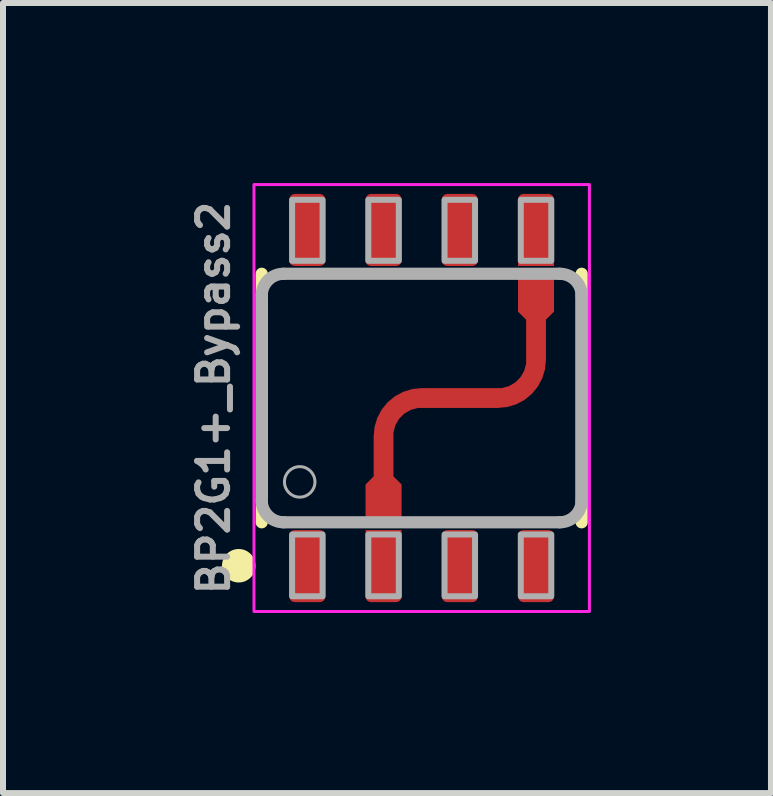
<source format=kicad_pcb>
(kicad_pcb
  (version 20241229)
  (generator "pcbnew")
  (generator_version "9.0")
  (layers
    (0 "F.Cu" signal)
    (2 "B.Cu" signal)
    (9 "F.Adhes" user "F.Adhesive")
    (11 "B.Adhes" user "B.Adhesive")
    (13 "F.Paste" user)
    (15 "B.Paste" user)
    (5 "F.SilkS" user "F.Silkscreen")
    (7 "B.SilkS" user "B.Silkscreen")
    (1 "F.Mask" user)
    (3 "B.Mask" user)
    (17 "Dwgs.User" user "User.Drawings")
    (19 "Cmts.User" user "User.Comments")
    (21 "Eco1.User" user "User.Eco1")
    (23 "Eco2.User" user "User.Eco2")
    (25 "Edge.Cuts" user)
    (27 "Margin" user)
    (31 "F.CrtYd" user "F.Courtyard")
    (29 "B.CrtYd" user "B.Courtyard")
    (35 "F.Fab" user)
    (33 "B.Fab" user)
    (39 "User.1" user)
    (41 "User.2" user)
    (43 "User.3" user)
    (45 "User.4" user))
  (footprint "BP2G1+_Bypass2"
    (layer "F.Cu")
    (at 3.975 3.581)
    (property "Reference" "BP2G1+_Bypass2" (at -3.175 0 90) (layer "F.Fab") (effects (font (size 0.5 0.5) (thickness 0.1) (bold yes)) (justify bottom)))
    (attr smd allow_soldermask_bridges)
    (fp_rect (start -0.965 1.362) (end -0.305 3.454) (stroke (width 0.1) (type solid)) (fill yes) (layer "F.Mask"))
    (fp_rect (start 2.24 -3.45) (end 1.58 -1.354) (stroke (width 0.1) (type solid)) (fill yes) (layer "F.Mask"))
    (fp_line (start -2.665 2.07) (end -2.665 -2.07) (stroke (width 0.203) (type solid)) (layer "F.SilkS"))
    (fp_line (start 2.665 2.07) (end 2.665 -2.07) (stroke (width 0.203) (type solid)) (layer "F.SilkS"))
    (fp_circle (center -3.048 2.794) (end -2.794 2.794) (stroke (width 0.05) (type solid)) (fill yes) (layer "F.SilkS"))
    (fp_poly (pts (xy -0.935 3.4) (xy -0.335 3.4) (xy -0.335 2.4) (xy -0.935 2.4)) (stroke (width 0) (type default)) (fill yes) (layer "F.Paste"))
    (fp_poly (pts (xy 1.605 -2.4) (xy 2.205 -2.4) (xy 2.205 -3.4) (xy 1.605 -3.4)) (stroke (width 0) (type default)) (fill yes) (layer "F.Paste"))
    (fp_rect (start -2.794 -3.556) (end 2.794 3.556) (stroke (width 0.05) (type default)) (fill no) (layer "F.CrtYd"))
    (fp_line (start -2.665 1.705) (end -2.665 -1.705) (stroke (width 0.203) (type solid)) (layer "F.Fab"))
    (fp_line (start -2.3 2.07) (end 2.3 2.07) (stroke (width 0.203) (type solid)) (layer "F.Fab"))
    (fp_line (start 2.3 -2.07) (end -2.3 -2.07) (stroke (width 0.203) (type solid)) (layer "F.Fab"))
    (fp_line (start 2.665 1.705) (end 2.665 -1.705) (stroke (width 0.203) (type solid)) (layer "F.Fab"))
    (fp_arc (start -2.665 -1.705) (mid -2.558115 -1.963117) (end -2.299998 -2.07) (stroke (width 0.2032) (type solid)) (layer "F.Fab"))
    (fp_arc (start -2.299999 2.07) (mid -2.55815 1.96315) (end -2.665 1.705) (stroke (width 0.2032) (type solid)) (layer "F.Fab"))
    (fp_arc (start 2.3 -2.07) (mid 2.558123 -1.963121) (end 2.665 -1.704998) (stroke (width 0.2032) (type solid)) (layer "F.Fab"))
    (fp_arc (start 2.665 1.705) (mid 2.558094 1.963094) (end 2.3 2.07) (stroke (width 0.2032) (type solid)) (layer "F.Fab"))
    (fp_circle (center -2.032 1.397) (end -1.778 1.397) (stroke (width 0.05) (type solid)) (fill no) (layer "F.Fab"))
    (fp_poly (pts (xy -2.159 -2.286) (xy -1.651 -2.286) (xy -1.651 -3.302) (xy -2.159 -3.302)) (stroke (width 0.1) (type default)) (fill no) (layer "F.Fab"))
    (fp_poly (pts (xy -2.159 3.302) (xy -1.651 3.302) (xy -1.651 2.273) (xy -2.159 2.273)) (stroke (width 0.1) (type default)) (fill no) (layer "F.Fab"))
    (fp_poly (pts (xy -0.889 -2.286) (xy -0.381 -2.286) (xy -0.381 -3.302) (xy -0.889 -3.302)) (stroke (width 0.1) (type default)) (fill no) (layer "F.Fab"))
    (fp_poly (pts (xy -0.889 3.302) (xy -0.381 3.302) (xy -0.381 2.273) (xy -0.889 2.273)) (stroke (width 0.1) (type default)) (fill no) (layer "F.Fab"))
    (fp_poly (pts (xy 0.381 -2.286) (xy 0.889 -2.286) (xy 0.889 -3.302) (xy 0.381 -3.302)) (stroke (width 0.1) (type default)) (fill no) (layer "F.Fab"))
    (fp_poly (pts (xy 0.381 3.302) (xy 0.889 3.302) (xy 0.889 2.273) (xy 0.381 2.273)) (stroke (width 0.1) (type default)) (fill no) (layer "F.Fab"))
    (fp_poly (pts (xy 1.651 -2.286) (xy 2.159 -2.286) (xy 2.159 -3.302) (xy 1.651 -3.302)) (stroke (width 0.1) (type default)) (fill no) (layer "F.Fab"))
    (fp_poly (pts (xy 1.651 3.302) (xy 2.159 3.302) (xy 2.159 2.273) (xy 1.651 2.273)) (stroke (width 0.1) (type default)) (fill no) (layer "F.Fab"))
    (pad "1" smd roundrect (at -1.905 2.8) (size 0.6 1.2) (layers "F.Cu" "F.Mask" "F.Paste") (roundrect_rratio 0.15))
    (pad "2" smd roundrect (at -0.635 2.8) (size 0.6 1.2) (layers "F.Cu") (roundrect_rratio 0.15) (chamfer_ratio 0) (chamfer top_left top_right))
    (pad "3" smd roundrect (at 0.635 2.8) (size 0.6 1.2) (layers "F.Cu" "F.Mask" "F.Paste") (roundrect_rratio 0.15))
    (pad "4" smd roundrect (at 1.905 2.8) (size 0.6 1.2) (layers "F.Cu" "F.Mask" "F.Paste") (roundrect_rratio 0.15))
    (pad "5" smd roundrect (at 1.905 -2.8) (size 0.6 1.2) (layers "F.Cu") (roundrect_rratio 0.15) (chamfer_ratio 0) (chamfer bottom_left bottom_right))
    (pad "6" smd roundrect (at 0.635 -2.8) (size 0.6 1.2) (layers "F.Cu" "F.Mask" "F.Paste") (roundrect_rratio 0.15))
    (pad "7" smd roundrect (at -0.635 -2.8) (size 0.6 1.2) (layers "F.Cu" "F.Mask" "F.Paste") (roundrect_rratio 0.15))
    (pad "8" smd roundrect (at -1.905 -2.8) (size 0.6 1.2) (layers "F.Cu" "F.Mask" "F.Paste") (roundrect_rratio 0.15))
    (pad "9" smd custom (at -0.635 1.74) (size 0.6 0.6) (layers "F.Cu") (options (anchor rect)) (primitives (gr_poly (pts (xy -0.3 -0.2) (xy 0.3 -0.2) (xy 0.3 -0.3) (xy 0.1 -0.5) (xy -0.1 -0.5) (xy -0.3 -0.3)) (width 0) (fill yes)) (gr_line (start 0 -0.33) (end 0 -1.105) (width 0.33)) (gr_arc (start 0 -1.105) (mid 0.185987 -1.554013) (end 0.635 -1.74) (width 0.33)) (gr_arc (start 2.54 -2.375) (mid 2.354013 -1.925987) (end 1.905 -1.74) (width 0.33)) (gr_line (start 2.54 -2.375) (end 2.54 -3.15) (width 0.33)) (gr_poly (pts (xy 2.84 -3.28) (xy 2.24 -3.28) (xy 2.24 -3.18) (xy 2.44 -2.98) (xy 2.64 -2.98) (xy 2.84 -3.18)) (width 0) (fill yes)) (gr_poly (pts (xy 2.24 -3.18) (xy 2.84 -3.18) (xy 2.84 -3.78) (xy 2.24 -3.78)) (width 0) (fill yes)) (gr_line (start 0.635 -1.74) (end 1.905 -1.74) (width 0.33)))))
  (gr_rect
    (start -3 -3)
    (end 9.794 10.162)
    (stroke (width 0.1) (type default))
    (fill no)
    (layer "Edge.Cuts")))
</source>
